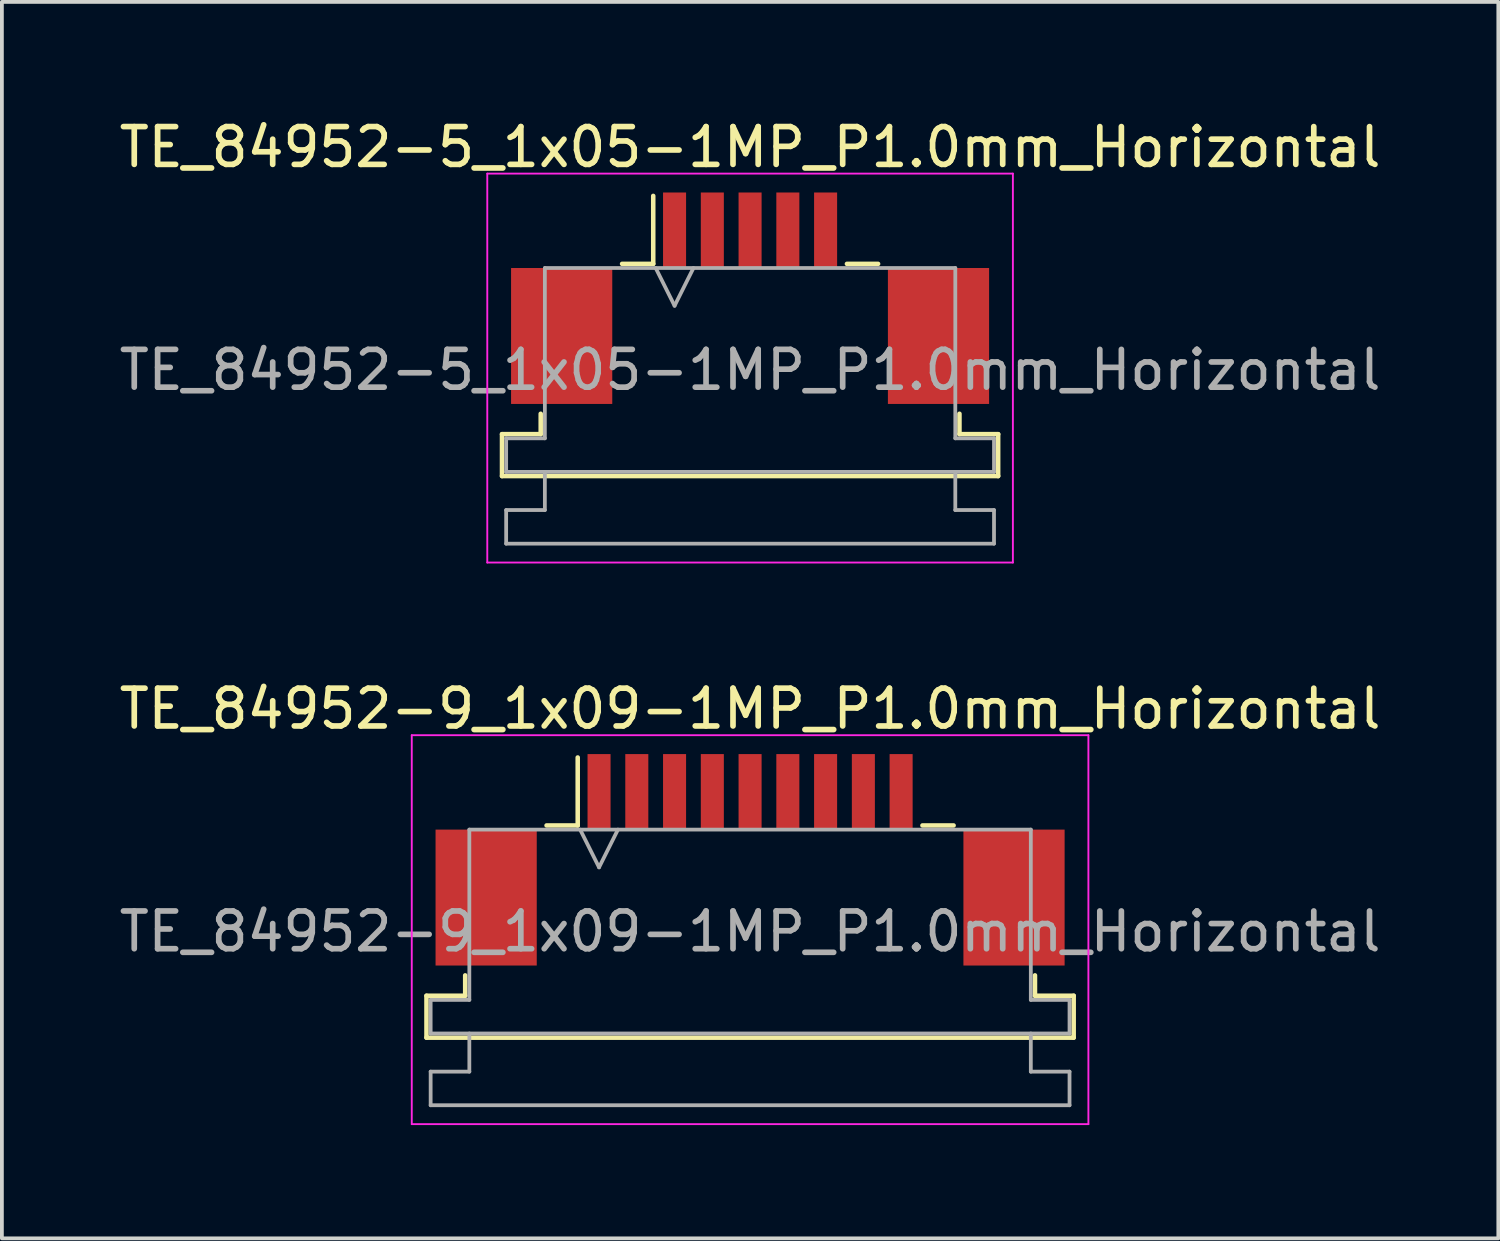
<source format=kicad_pcb>
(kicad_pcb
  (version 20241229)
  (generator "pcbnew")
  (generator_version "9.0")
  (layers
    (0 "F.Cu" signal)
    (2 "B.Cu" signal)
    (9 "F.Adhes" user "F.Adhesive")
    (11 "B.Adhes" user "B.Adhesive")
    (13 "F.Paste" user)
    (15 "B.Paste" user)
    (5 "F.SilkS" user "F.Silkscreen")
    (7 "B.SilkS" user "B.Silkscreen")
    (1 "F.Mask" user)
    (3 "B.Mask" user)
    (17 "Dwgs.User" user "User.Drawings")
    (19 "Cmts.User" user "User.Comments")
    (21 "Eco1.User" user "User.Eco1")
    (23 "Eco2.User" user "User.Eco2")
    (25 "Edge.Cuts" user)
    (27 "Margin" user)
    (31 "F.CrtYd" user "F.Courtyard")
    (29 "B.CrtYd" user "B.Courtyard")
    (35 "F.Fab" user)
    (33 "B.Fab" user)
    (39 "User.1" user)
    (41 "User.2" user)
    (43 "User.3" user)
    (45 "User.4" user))
  (footprint "TE_84952-9_1x09-1MP_P1.0mm_Horizontal"
    (layer "F.Cu")
    (at 16.815 19.721)
    (property "Reference" "TE_84952-9_1x09-1MP_P1.0mm_Horizontal" (at 0 -4 0) (layer "F.SilkS") (effects (font (size 1 1) (thickness 0.15))))
    (attr smd)
    (fp_line (start -8.57 3.6) (end -7.545 3.6) (stroke (width 0.12) (type solid)) (layer "F.SilkS"))
    (fp_line (start -8.57 4.71) (end -8.57 3.6) (stroke (width 0.12) (type solid)) (layer "F.SilkS"))
    (fp_line (start -7.545 3.6) (end -7.545 3.06) (stroke (width 0.12) (type solid)) (layer "F.SilkS"))
    (fp_line (start -5.39 -0.91) (end -4.565 -0.91) (stroke (width 0.12) (type solid)) (layer "F.SilkS"))
    (fp_line (start -4.565 -0.91) (end -4.565 -2.71) (stroke (width 0.12) (type solid)) (layer "F.SilkS"))
    (fp_line (start 4.565 -0.91) (end 5.39 -0.91) (stroke (width 0.12) (type solid)) (layer "F.SilkS"))
    (fp_line (start 7.545 3.06) (end 7.545 3.6) (stroke (width 0.12) (type solid)) (layer "F.SilkS"))
    (fp_line (start 7.545 3.6) (end 8.57 3.6) (stroke (width 0.12) (type solid)) (layer "F.SilkS"))
    (fp_line (start 8.57 3.6) (end 8.57 4.71) (stroke (width 0.12) (type solid)) (layer "F.SilkS"))
    (fp_line (start 8.57 4.71) (end -8.57 4.71) (stroke (width 0.12) (type solid)) (layer "F.SilkS"))
    (fp_line (start -8.96 -3.3) (end -8.96 7) (stroke (width 0.05) (type solid)) (layer "F.CrtYd"))
    (fp_line (start -8.96 7) (end 8.96 7) (stroke (width 0.05) (type solid)) (layer "F.CrtYd"))
    (fp_line (start 8.96 -3.3) (end -8.96 -3.3) (stroke (width 0.05) (type solid)) (layer "F.CrtYd"))
    (fp_line (start 8.96 7) (end 8.96 -3.3) (stroke (width 0.05) (type solid)) (layer "F.CrtYd"))
    (fp_line (start -8.46 3.71) (end -7.435 3.71) (stroke (width 0.1) (type solid)) (layer "F.Fab"))
    (fp_line (start -8.46 4.6) (end -8.46 3.71) (stroke (width 0.1) (type solid)) (layer "F.Fab"))
    (fp_line (start -8.46 5.61) (end -7.435 5.61) (stroke (width 0.1) (type solid)) (layer "F.Fab"))
    (fp_line (start -8.46 6.5) (end -8.46 5.61) (stroke (width 0.1) (type solid)) (layer "F.Fab"))
    (fp_line (start -7.435 -0.8) (end 7.435 -0.8) (stroke (width 0.1) (type solid)) (layer "F.Fab"))
    (fp_line (start -7.435 3.71) (end -7.435 -0.8) (stroke (width 0.1) (type solid)) (layer "F.Fab"))
    (fp_line (start -7.435 5.61) (end -7.435 4.6) (stroke (width 0.1) (type solid)) (layer "F.Fab"))
    (fp_line (start -4.5 -0.8) (end -4 0.2) (stroke (width 0.1) (type solid)) (layer "F.Fab"))
    (fp_line (start -4 0.2) (end -3.5 -0.8) (stroke (width 0.1) (type solid)) (layer "F.Fab"))
    (fp_line (start 7.435 -0.8) (end 7.435 3.71) (stroke (width 0.1) (type solid)) (layer "F.Fab"))
    (fp_line (start 7.435 3.71) (end 8.46 3.71) (stroke (width 0.1) (type solid)) (layer "F.Fab"))
    (fp_line (start 7.435 4.6) (end 7.435 5.61) (stroke (width 0.1) (type solid)) (layer "F.Fab"))
    (fp_line (start 7.435 5.61) (end 8.46 5.61) (stroke (width 0.1) (type solid)) (layer "F.Fab"))
    (fp_line (start 8.46 3.71) (end 8.46 4.6) (stroke (width 0.1) (type solid)) (layer "F.Fab"))
    (fp_line (start 8.46 4.6) (end -8.46 4.6) (stroke (width 0.1) (type solid)) (layer "F.Fab"))
    (fp_line (start 8.46 5.61) (end 8.46 6.5) (stroke (width 0.1) (type solid)) (layer "F.Fab"))
    (fp_line (start 8.46 6.5) (end -8.46 6.5) (stroke (width 0.1) (type solid)) (layer "F.Fab"))
    (fp_text user "${REFERENCE}" (at 0 1.9 0) (layer "F.Fab") (effects (font (size 1 1) (thickness 0.15))))
    (pad "1" smd rect (at -4 -1.8) (size 0.61 2) (layers "F.Cu" "F.Mask" "F.Paste"))
    (pad "2" smd rect (at -3 -1.8) (size 0.61 2) (layers "F.Cu" "F.Mask" "F.Paste"))
    (pad "3" smd rect (at -2 -1.8) (size 0.61 2) (layers "F.Cu" "F.Mask" "F.Paste"))
    (pad "4" smd rect (at -1 -1.8) (size 0.61 2) (layers "F.Cu" "F.Mask" "F.Paste"))
    (pad "5" smd rect (at 0 -1.8) (size 0.61 2) (layers "F.Cu" "F.Mask" "F.Paste"))
    (pad "6" smd rect (at 1 -1.8) (size 0.61 2) (layers "F.Cu" "F.Mask" "F.Paste"))
    (pad "7" smd rect (at 2 -1.8) (size 0.61 2) (layers "F.Cu" "F.Mask" "F.Paste"))
    (pad "8" smd rect (at 3 -1.8) (size 0.61 2) (layers "F.Cu" "F.Mask" "F.Paste"))
    (pad "9" smd rect (at 4 -1.8) (size 0.61 2) (layers "F.Cu" "F.Mask" "F.Paste"))
    (pad "MP" smd rect (at -6.99 1) (size 2.68 3.6) (layers "F.Cu" "F.Mask" "F.Paste"))
    (pad "MP" smd rect (at 6.99 1) (size 2.68 3.6) (layers "F.Cu" "F.Mask" "F.Paste")))
  (footprint "TE_84952-5_1x05-1MP_P1.0mm_Horizontal"
    (layer "F.Cu")
    (at 16.815 4.848)
    (property "Reference" "TE_84952-5_1x05-1MP_P1.0mm_Horizontal" (at 0 -4 0) (layer "F.SilkS") (effects (font (size 1 1) (thickness 0.15))))
    (attr smd)
    (fp_line (start -6.57 3.6) (end -5.545 3.6) (stroke (width 0.12) (type solid)) (layer "F.SilkS"))
    (fp_line (start -6.57 4.71) (end -6.57 3.6) (stroke (width 0.12) (type solid)) (layer "F.SilkS"))
    (fp_line (start -5.545 3.6) (end -5.545 3.06) (stroke (width 0.12) (type solid)) (layer "F.SilkS"))
    (fp_line (start -3.39 -0.91) (end -2.565 -0.91) (stroke (width 0.12) (type solid)) (layer "F.SilkS"))
    (fp_line (start -2.565 -0.91) (end -2.565 -2.71) (stroke (width 0.12) (type solid)) (layer "F.SilkS"))
    (fp_line (start 2.565 -0.91) (end 3.39 -0.91) (stroke (width 0.12) (type solid)) (layer "F.SilkS"))
    (fp_line (start 5.545 3.06) (end 5.545 3.6) (stroke (width 0.12) (type solid)) (layer "F.SilkS"))
    (fp_line (start 5.545 3.6) (end 6.57 3.6) (stroke (width 0.12) (type solid)) (layer "F.SilkS"))
    (fp_line (start 6.57 3.6) (end 6.57 4.71) (stroke (width 0.12) (type solid)) (layer "F.SilkS"))
    (fp_line (start 6.57 4.71) (end -6.57 4.71) (stroke (width 0.12) (type solid)) (layer "F.SilkS"))
    (fp_line (start -6.96 -3.3) (end -6.96 7) (stroke (width 0.05) (type solid)) (layer "F.CrtYd"))
    (fp_line (start -6.96 7) (end 6.96 7) (stroke (width 0.05) (type solid)) (layer "F.CrtYd"))
    (fp_line (start 6.96 -3.3) (end -6.96 -3.3) (stroke (width 0.05) (type solid)) (layer "F.CrtYd"))
    (fp_line (start 6.96 7) (end 6.96 -3.3) (stroke (width 0.05) (type solid)) (layer "F.CrtYd"))
    (fp_line (start -6.46 3.71) (end -5.435 3.71) (stroke (width 0.1) (type solid)) (layer "F.Fab"))
    (fp_line (start -6.46 4.6) (end -6.46 3.71) (stroke (width 0.1) (type solid)) (layer "F.Fab"))
    (fp_line (start -6.46 5.61) (end -5.435 5.61) (stroke (width 0.1) (type solid)) (layer "F.Fab"))
    (fp_line (start -6.46 6.5) (end -6.46 5.61) (stroke (width 0.1) (type solid)) (layer "F.Fab"))
    (fp_line (start -5.435 -0.8) (end 5.435 -0.8) (stroke (width 0.1) (type solid)) (layer "F.Fab"))
    (fp_line (start -5.435 3.71) (end -5.435 -0.8) (stroke (width 0.1) (type solid)) (layer "F.Fab"))
    (fp_line (start -5.435 5.61) (end -5.435 4.6) (stroke (width 0.1) (type solid)) (layer "F.Fab"))
    (fp_line (start -2.5 -0.8) (end -2 0.2) (stroke (width 0.1) (type solid)) (layer "F.Fab"))
    (fp_line (start -2 0.2) (end -1.5 -0.8) (stroke (width 0.1) (type solid)) (layer "F.Fab"))
    (fp_line (start 5.435 -0.8) (end 5.435 3.71) (stroke (width 0.1) (type solid)) (layer "F.Fab"))
    (fp_line (start 5.435 3.71) (end 6.46 3.71) (stroke (width 0.1) (type solid)) (layer "F.Fab"))
    (fp_line (start 5.435 4.6) (end 5.435 5.61) (stroke (width 0.1) (type solid)) (layer "F.Fab"))
    (fp_line (start 5.435 5.61) (end 6.46 5.61) (stroke (width 0.1) (type solid)) (layer "F.Fab"))
    (fp_line (start 6.46 3.71) (end 6.46 4.6) (stroke (width 0.1) (type solid)) (layer "F.Fab"))
    (fp_line (start 6.46 4.6) (end -6.46 4.6) (stroke (width 0.1) (type solid)) (layer "F.Fab"))
    (fp_line (start 6.46 5.61) (end 6.46 6.5) (stroke (width 0.1) (type solid)) (layer "F.Fab"))
    (fp_line (start 6.46 6.5) (end -6.46 6.5) (stroke (width 0.1) (type solid)) (layer "F.Fab"))
    (fp_text user "${REFERENCE}" (at 0 1.9 0) (layer "F.Fab") (effects (font (size 1 1) (thickness 0.15))))
    (pad "1" smd rect (at -2 -1.8) (size 0.61 2) (layers "F.Cu" "F.Mask" "F.Paste"))
    (pad "2" smd rect (at -1 -1.8) (size 0.61 2) (layers "F.Cu" "F.Mask" "F.Paste"))
    (pad "3" smd rect (at 0 -1.8) (size 0.61 2) (layers "F.Cu" "F.Mask" "F.Paste"))
    (pad "4" smd rect (at 1 -1.8) (size 0.61 2) (layers "F.Cu" "F.Mask" "F.Paste"))
    (pad "5" smd rect (at 2 -1.8) (size 0.61 2) (layers "F.Cu" "F.Mask" "F.Paste"))
    (pad "MP" smd rect (at -4.99 1) (size 2.68 3.6) (layers "F.Cu" "F.Mask" "F.Paste"))
    (pad "MP" smd rect (at 4.99 1) (size 2.68 3.6) (layers "F.Cu" "F.Mask" "F.Paste")))
  (gr_rect
    (start -3 -3)
    (end 36.631 29.747)
    (stroke (width 0.1) (type default))
    (fill no)
    (layer "Edge.Cuts")))
</source>
